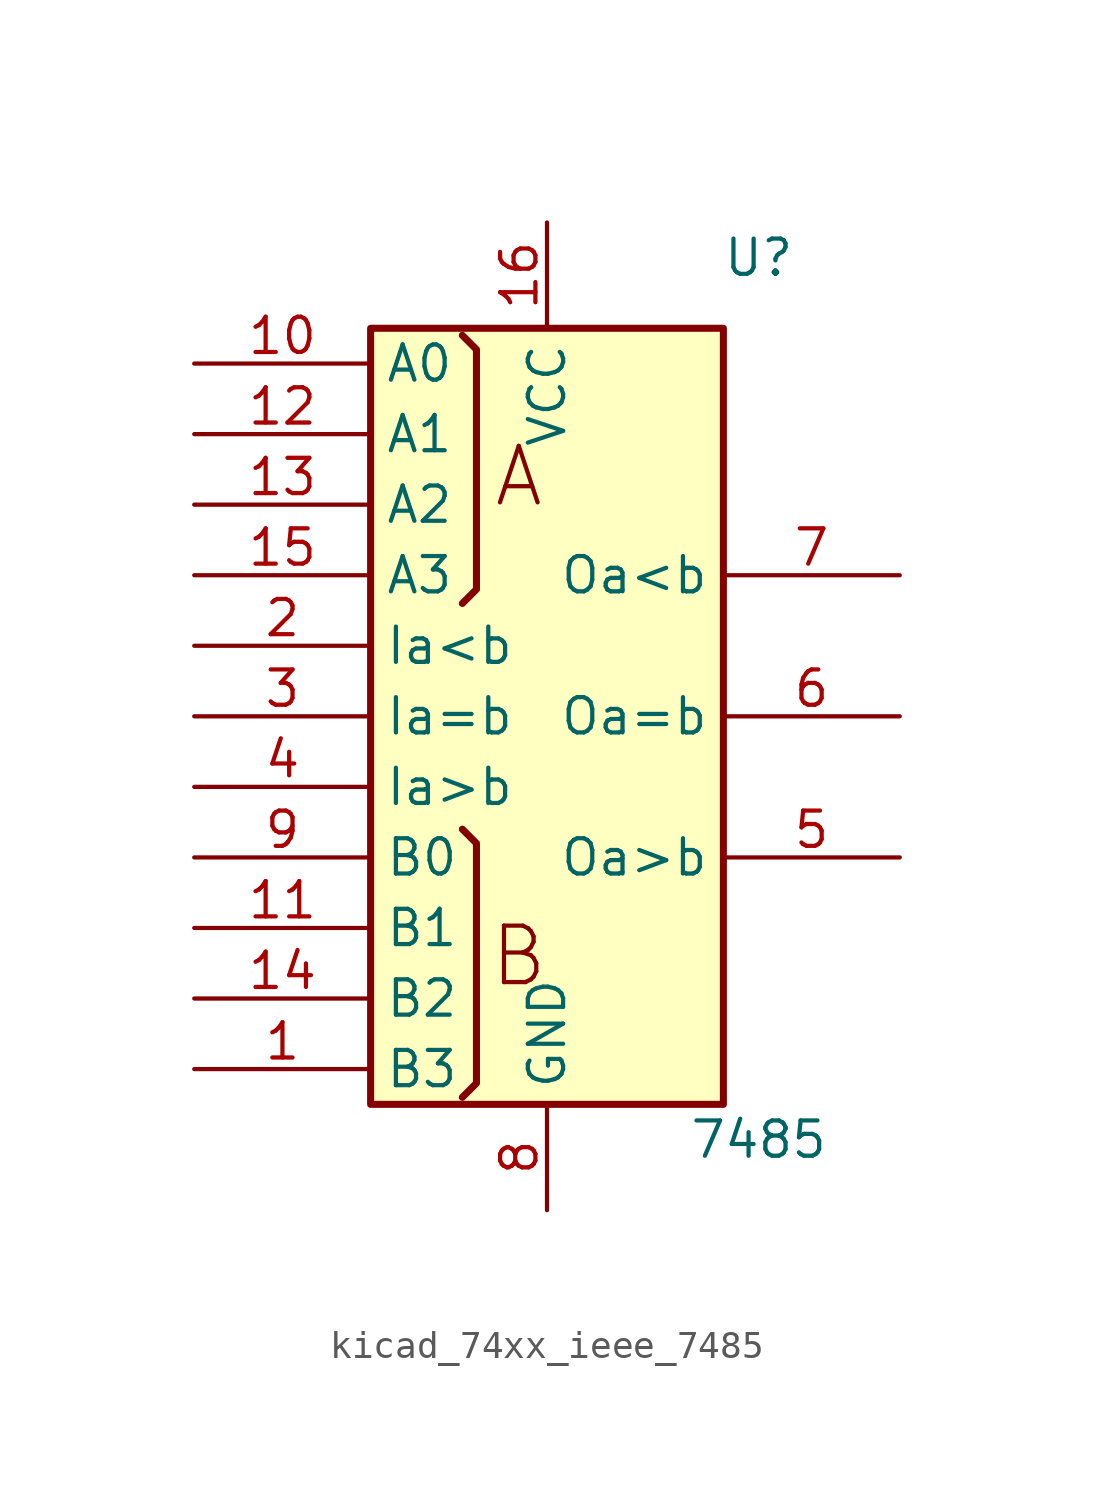
<source format=kicad_sym>
(kicad_symbol_lib
  (version 20220914)
  (generator kicad_symbol_editor)
  (symbol "kicad_74xx_ieee_7485"
    (property "Reference" "U"
      (at 7.62 16.51 0)
      (effects (font (size 1.27 1.27))))
    (property "Value" "7485"
      (at 7.62 -15.24 0)
      (effects (font (size 1.27 1.27))))
    (symbol "kicad_74xx_ieee_7485_0_0"
      (rectangle (start -6.35 13.97) (end 6.35 -13.97) (stroke (width 0.254) (type default)) (fill (type background)))
      (polyline (pts (xy -3.048 -13.716) (xy -2.54 -13.208) (xy -2.54 -4.572) (xy -3.048 -4.064) (xy -3.048 -4.064)) (stroke (width 0.254) (type default)) (fill (type background)))
      (polyline (pts (xy -3.048 13.716) (xy -2.54 13.208) (xy -2.54 4.572) (xy -3.048 4.064) (xy -3.048 4.064)) (stroke (width 0.254) (type default)) (fill (type background)))
      (text "A" (at -1.016 8.636 0) (effects (font (size 2.032 2.032))))
      (text "B" (at -1.016 -8.636 0) (effects (font (size 2.032 2.032))))
      (pin power_in line (at 0 17.78 270) (length 3.81) (name "VCC" (effects (font (size 1.27 1.27)))) (number "16" (effects (font (size 1.27 1.27)))))
      (pin power_in line (at 0 -17.78 90) (length 3.81) (name "GND" (effects (font (size 1.27 1.27)))) (number "8" (effects (font (size 1.27 1.27))))))
    (symbol "kicad_74xx_ieee_7485_1_1"
      (pin input line (at -12.7 -12.7 0) (length 6.35) (name "B3" (effects (font (size 1.27 1.27)))) (number "1" (effects (font (size 1.27 1.27)))))
      (pin input line (at -12.7 12.7 0) (length 6.35) (name "A0" (effects (font (size 1.27 1.27)))) (number "10" (effects (font (size 1.27 1.27)))))
      (pin input line (at -12.7 -7.62 0) (length 6.35) (name "B1" (effects (font (size 1.27 1.27)))) (number "11" (effects (font (size 1.27 1.27)))))
      (pin input line (at -12.7 10.16 0) (length 6.35) (name "A1" (effects (font (size 1.27 1.27)))) (number "12" (effects (font (size 1.27 1.27)))))
      (pin input line (at -12.7 7.62 0) (length 6.35) (name "A2" (effects (font (size 1.27 1.27)))) (number "13" (effects (font (size 1.27 1.27)))))
      (pin input line (at -12.7 -10.16 0) (length 6.35) (name "B2" (effects (font (size 1.27 1.27)))) (number "14" (effects (font (size 1.27 1.27)))))
      (pin input line (at -12.7 5.08 0) (length 6.35) (name "A3" (effects (font (size 1.27 1.27)))) (number "15" (effects (font (size 1.27 1.27)))))
      (pin input line (at -12.7 2.54 0) (length 6.35) (name "Ia<b" (effects (font (size 1.27 1.27)))) (number "2" (effects (font (size 1.27 1.27)))))
      (pin input line (at -12.7 0 0) (length 6.35) (name "Ia=b" (effects (font (size 1.27 1.27)))) (number "3" (effects (font (size 1.27 1.27)))))
      (pin input line (at -12.7 -2.54 0) (length 6.35) (name "Ia>b" (effects (font (size 1.27 1.27)))) (number "4" (effects (font (size 1.27 1.27)))))
      (pin output line (at 12.7 -5.08 180) (length 6.35) (name "Oa>b" (effects (font (size 1.27 1.27)))) (number "5" (effects (font (size 1.27 1.27)))))
      (pin output line (at 12.7 0 180) (length 6.35) (name "Oa=b" (effects (font (size 1.27 1.27)))) (number "6" (effects (font (size 1.27 1.27)))))
      (pin output line (at 12.7 5.08 180) (length 6.35) (name "Oa<b" (effects (font (size 1.27 1.27)))) (number "7" (effects (font (size 1.27 1.27)))))
      (pin input line (at -12.7 -5.08 0) (length 6.35) (name "B0" (effects (font (size 1.27 1.27)))) (number "9" (effects (font (size 1.27 1.27))))))))
</source>
